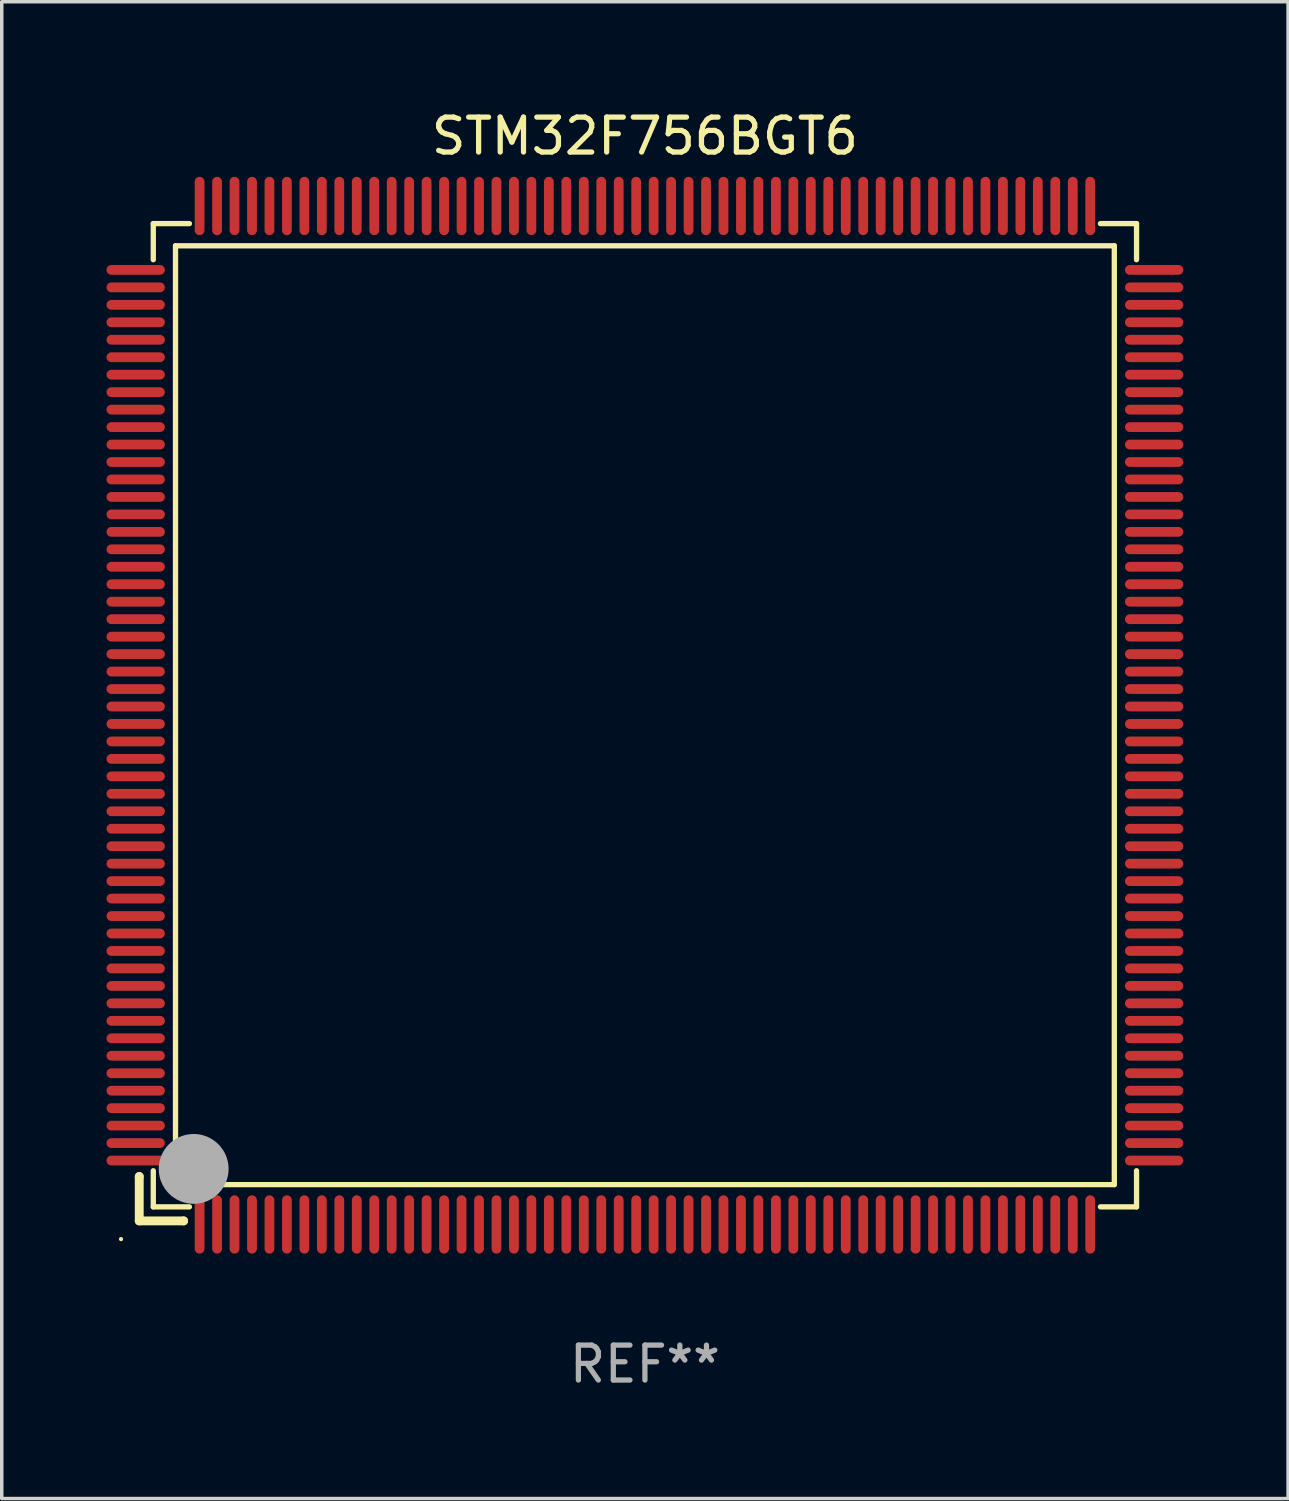
<source format=kicad_pcb>
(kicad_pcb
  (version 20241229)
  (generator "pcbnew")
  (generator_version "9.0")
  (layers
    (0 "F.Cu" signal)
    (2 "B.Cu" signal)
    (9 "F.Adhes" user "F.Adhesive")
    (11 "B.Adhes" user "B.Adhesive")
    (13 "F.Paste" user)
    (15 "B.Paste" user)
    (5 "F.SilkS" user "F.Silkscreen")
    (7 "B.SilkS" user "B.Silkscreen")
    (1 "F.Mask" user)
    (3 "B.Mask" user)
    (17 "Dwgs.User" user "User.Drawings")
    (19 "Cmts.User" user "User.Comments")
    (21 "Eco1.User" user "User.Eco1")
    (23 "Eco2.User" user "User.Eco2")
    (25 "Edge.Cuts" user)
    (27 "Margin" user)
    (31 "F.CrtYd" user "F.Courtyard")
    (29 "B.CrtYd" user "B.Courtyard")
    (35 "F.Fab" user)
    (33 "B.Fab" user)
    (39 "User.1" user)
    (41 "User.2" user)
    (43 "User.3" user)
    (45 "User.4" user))
  (footprint "STM32F756BGT6"
    (layer "F.Cu")
    (at 15.415 17.428)
    (property "Reference" "STM32F756BGT6" (at 0 -16.58 0) (layer "F.SilkS") (effects (font (size 1 1) (thickness 0.15))))
    (attr through_hole)
    (fp_line (start -14.478 13.208) (end -14.478 13.208) (stroke (width 0.254) (type solid)) (layer "F.SilkS"))
    (fp_line (start -14.478 13.208) (end -14.478 14.478) (stroke (width 0.254) (type solid)) (layer "F.SilkS"))
    (fp_line (start -14.478 14.478) (end -13.208 14.478) (stroke (width 0.254) (type solid)) (layer "F.SilkS"))
    (fp_line (start -14.076 -14.076) (end -14.076 -13.042) (stroke (width 0.152) (type solid)) (layer "F.SilkS"))
    (fp_line (start -14.076 14.076) (end -14.076 13.042) (stroke (width 0.152) (type solid)) (layer "F.SilkS"))
    (fp_line (start -13.44 -13.44) (end 13.44 -13.44) (stroke (width 0.152) (type solid)) (layer "F.SilkS"))
    (fp_line (start -13.44 13.44) (end -13.44 -13.44) (stroke (width 0.152) (type solid)) (layer "F.SilkS"))
    (fp_line (start -13.208 14.478) (end -13.208 14.478) (stroke (width 0.254) (type solid)) (layer "F.SilkS"))
    (fp_line (start -13.042 -14.076) (end -14.076 -14.076) (stroke (width 0.152) (type solid)) (layer "F.SilkS"))
    (fp_line (start -13.042 14.076) (end -14.076 14.076) (stroke (width 0.152) (type solid)) (layer "F.SilkS"))
    (fp_line (start 13.042 -14.076) (end 14.076 -14.076) (stroke (width 0.152) (type solid)) (layer "F.SilkS"))
    (fp_line (start 13.042 14.076) (end 14.076 14.076) (stroke (width 0.152) (type solid)) (layer "F.SilkS"))
    (fp_line (start 13.44 -13.44) (end 13.44 13.44) (stroke (width 0.152) (type solid)) (layer "F.SilkS"))
    (fp_line (start 13.44 13.44) (end -13.44 13.44) (stroke (width 0.152) (type solid)) (layer "F.SilkS"))
    (fp_line (start 14.076 -14.076) (end 14.076 -13.042) (stroke (width 0.152) (type solid)) (layer "F.SilkS"))
    (fp_line (start 14.076 14.076) (end 14.076 13.042) (stroke (width 0.152) (type solid)) (layer "F.SilkS"))
    (fp_circle (center -15 15) (end -14.97 15) (stroke (width 0.06) (type solid)) (fill no) (layer "F.SilkS"))
    (fp_circle (center -13.138 13.138) (end -13.063 13.138) (stroke (width 0.15) (type solid)) (fill no) (layer "F.SilkS"))
    (fp_circle (center -12.92 12.99) (end -12.42 12.99) (stroke (width 1) (type solid)) (fill no) (layer "F.Fab"))
    (fp_text user "REF**" (at 0 18.58 0) (layer "F.Fab") (effects (font (size 1 1) (thickness 0.15))))
    (pad "1" smd oval (at -12.75 14.58) (size 0.28 1.67) (layers "F.Cu" "F.Mask" "F.Paste"))
    (pad "2" smd oval (at -12.25 14.58) (size 0.28 1.67) (layers "F.Cu" "F.Mask" "F.Paste"))
    (pad "3" smd oval (at -11.75 14.58) (size 0.28 1.67) (layers "F.Cu" "F.Mask" "F.Paste"))
    (pad "4" smd oval (at -11.25 14.58) (size 0.28 1.67) (layers "F.Cu" "F.Mask" "F.Paste"))
    (pad "5" smd oval (at -10.75 14.58) (size 0.28 1.67) (layers "F.Cu" "F.Mask" "F.Paste"))
    (pad "6" smd oval (at -10.25 14.58) (size 0.28 1.67) (layers "F.Cu" "F.Mask" "F.Paste"))
    (pad "7" smd oval (at -9.75 14.58) (size 0.28 1.67) (layers "F.Cu" "F.Mask" "F.Paste"))
    (pad "8" smd oval (at -9.25 14.58) (size 0.28 1.67) (layers "F.Cu" "F.Mask" "F.Paste"))
    (pad "9" smd oval (at -8.75 14.58) (size 0.28 1.67) (layers "F.Cu" "F.Mask" "F.Paste"))
    (pad "10" smd oval (at -8.25 14.58) (size 0.28 1.67) (layers "F.Cu" "F.Mask" "F.Paste"))
    (pad "11" smd oval (at -7.75 14.58) (size 0.28 1.67) (layers "F.Cu" "F.Mask" "F.Paste"))
    (pad "12" smd oval (at -7.25 14.58) (size 0.28 1.67) (layers "F.Cu" "F.Mask" "F.Paste"))
    (pad "13" smd oval (at -6.75 14.58) (size 0.28 1.67) (layers "F.Cu" "F.Mask" "F.Paste"))
    (pad "14" smd oval (at -6.25 14.58) (size 0.28 1.67) (layers "F.Cu" "F.Mask" "F.Paste"))
    (pad "15" smd oval (at -5.75 14.58) (size 0.28 1.67) (layers "F.Cu" "F.Mask" "F.Paste"))
    (pad "16" smd oval (at -5.25 14.58) (size 0.28 1.67) (layers "F.Cu" "F.Mask" "F.Paste"))
    (pad "17" smd oval (at -4.75 14.58) (size 0.28 1.67) (layers "F.Cu" "F.Mask" "F.Paste"))
    (pad "18" smd oval (at -4.25 14.58) (size 0.28 1.67) (layers "F.Cu" "F.Mask" "F.Paste"))
    (pad "19" smd oval (at -3.75 14.58) (size 0.28 1.67) (layers "F.Cu" "F.Mask" "F.Paste"))
    (pad "20" smd oval (at -3.25 14.58) (size 0.28 1.67) (layers "F.Cu" "F.Mask" "F.Paste"))
    (pad "21" smd oval (at -2.75 14.58) (size 0.28 1.67) (layers "F.Cu" "F.Mask" "F.Paste"))
    (pad "22" smd oval (at -2.25 14.58) (size 0.28 1.67) (layers "F.Cu" "F.Mask" "F.Paste"))
    (pad "23" smd oval (at -1.75 14.58) (size 0.28 1.67) (layers "F.Cu" "F.Mask" "F.Paste"))
    (pad "24" smd oval (at -1.25 14.58) (size 0.28 1.67) (layers "F.Cu" "F.Mask" "F.Paste"))
    (pad "25" smd oval (at -0.75 14.58) (size 0.28 1.67) (layers "F.Cu" "F.Mask" "F.Paste"))
    (pad "26" smd oval (at -0.25 14.58) (size 0.28 1.67) (layers "F.Cu" "F.Mask" "F.Paste"))
    (pad "27" smd oval (at 0.25 14.58) (size 0.28 1.67) (layers "F.Cu" "F.Mask" "F.Paste"))
    (pad "28" smd oval (at 0.75 14.58) (size 0.28 1.67) (layers "F.Cu" "F.Mask" "F.Paste"))
    (pad "29" smd oval (at 1.25 14.58) (size 0.28 1.67) (layers "F.Cu" "F.Mask" "F.Paste"))
    (pad "30" smd oval (at 1.75 14.58) (size 0.28 1.67) (layers "F.Cu" "F.Mask" "F.Paste"))
    (pad "31" smd oval (at 2.25 14.58) (size 0.28 1.67) (layers "F.Cu" "F.Mask" "F.Paste"))
    (pad "32" smd oval (at 2.75 14.58) (size 0.28 1.67) (layers "F.Cu" "F.Mask" "F.Paste"))
    (pad "33" smd oval (at 3.25 14.58) (size 0.28 1.67) (layers "F.Cu" "F.Mask" "F.Paste"))
    (pad "34" smd oval (at 3.75 14.58) (size 0.28 1.67) (layers "F.Cu" "F.Mask" "F.Paste"))
    (pad "35" smd oval (at 4.25 14.58) (size 0.28 1.67) (layers "F.Cu" "F.Mask" "F.Paste"))
    (pad "36" smd oval (at 4.75 14.58) (size 0.28 1.67) (layers "F.Cu" "F.Mask" "F.Paste"))
    (pad "37" smd oval (at 5.25 14.58) (size 0.28 1.67) (layers "F.Cu" "F.Mask" "F.Paste"))
    (pad "38" smd oval (at 5.75 14.58) (size 0.28 1.67) (layers "F.Cu" "F.Mask" "F.Paste"))
    (pad "39" smd oval (at 6.25 14.58) (size 0.28 1.67) (layers "F.Cu" "F.Mask" "F.Paste"))
    (pad "40" smd oval (at 6.75 14.58) (size 0.28 1.67) (layers "F.Cu" "F.Mask" "F.Paste"))
    (pad "41" smd oval (at 7.25 14.58) (size 0.28 1.67) (layers "F.Cu" "F.Mask" "F.Paste"))
    (pad "42" smd oval (at 7.75 14.58) (size 0.28 1.67) (layers "F.Cu" "F.Mask" "F.Paste"))
    (pad "43" smd oval (at 8.25 14.58) (size 0.28 1.67) (layers "F.Cu" "F.Mask" "F.Paste"))
    (pad "44" smd oval (at 8.75 14.58) (size 0.28 1.67) (layers "F.Cu" "F.Mask" "F.Paste"))
    (pad "45" smd oval (at 9.25 14.58) (size 0.28 1.67) (layers "F.Cu" "F.Mask" "F.Paste"))
    (pad "46" smd oval (at 9.75 14.58) (size 0.28 1.67) (layers "F.Cu" "F.Mask" "F.Paste"))
    (pad "47" smd oval (at 10.25 14.58) (size 0.28 1.67) (layers "F.Cu" "F.Mask" "F.Paste"))
    (pad "48" smd oval (at 10.75 14.58) (size 0.28 1.67) (layers "F.Cu" "F.Mask" "F.Paste"))
    (pad "49" smd oval (at 11.25 14.58) (size 0.28 1.67) (layers "F.Cu" "F.Mask" "F.Paste"))
    (pad "50" smd oval (at 11.75 14.58) (size 0.28 1.67) (layers "F.Cu" "F.Mask" "F.Paste"))
    (pad "51" smd oval (at 12.25 14.58) (size 0.28 1.67) (layers "F.Cu" "F.Mask" "F.Paste"))
    (pad "52" smd oval (at 12.75 14.58) (size 0.28 1.67) (layers "F.Cu" "F.Mask" "F.Paste"))
    (pad "53" smd oval (at 14.58 12.75) (size 1.67 0.28) (layers "F.Cu" "F.Mask" "F.Paste"))
    (pad "54" smd oval (at 14.58 12.25) (size 1.67 0.28) (layers "F.Cu" "F.Mask" "F.Paste"))
    (pad "55" smd oval (at 14.58 11.75) (size 1.67 0.28) (layers "F.Cu" "F.Mask" "F.Paste"))
    (pad "56" smd oval (at 14.58 11.25) (size 1.67 0.28) (layers "F.Cu" "F.Mask" "F.Paste"))
    (pad "57" smd oval (at 14.58 10.75) (size 1.67 0.28) (layers "F.Cu" "F.Mask" "F.Paste"))
    (pad "58" smd oval (at 14.58 10.25) (size 1.67 0.28) (layers "F.Cu" "F.Mask" "F.Paste"))
    (pad "59" smd oval (at 14.58 9.75) (size 1.67 0.28) (layers "F.Cu" "F.Mask" "F.Paste"))
    (pad "60" smd oval (at 14.58 9.25) (size 1.67 0.28) (layers "F.Cu" "F.Mask" "F.Paste"))
    (pad "61" smd oval (at 14.58 8.75) (size 1.67 0.28) (layers "F.Cu" "F.Mask" "F.Paste"))
    (pad "62" smd oval (at 14.58 8.25) (size 1.67 0.28) (layers "F.Cu" "F.Mask" "F.Paste"))
    (pad "63" smd oval (at 14.58 7.75) (size 1.67 0.28) (layers "F.Cu" "F.Mask" "F.Paste"))
    (pad "64" smd oval (at 14.58 7.25) (size 1.67 0.28) (layers "F.Cu" "F.Mask" "F.Paste"))
    (pad "65" smd oval (at 14.58 6.75) (size 1.67 0.28) (layers "F.Cu" "F.Mask" "F.Paste"))
    (pad "66" smd oval (at 14.58 6.25) (size 1.67 0.28) (layers "F.Cu" "F.Mask" "F.Paste"))
    (pad "67" smd oval (at 14.58 5.75) (size 1.67 0.28) (layers "F.Cu" "F.Mask" "F.Paste"))
    (pad "68" smd oval (at 14.58 5.25) (size 1.67 0.28) (layers "F.Cu" "F.Mask" "F.Paste"))
    (pad "69" smd oval (at 14.58 4.75) (size 1.67 0.28) (layers "F.Cu" "F.Mask" "F.Paste"))
    (pad "70" smd oval (at 14.58 4.25) (size 1.67 0.28) (layers "F.Cu" "F.Mask" "F.Paste"))
    (pad "71" smd oval (at 14.58 3.75) (size 1.67 0.28) (layers "F.Cu" "F.Mask" "F.Paste"))
    (pad "72" smd oval (at 14.58 3.25) (size 1.67 0.28) (layers "F.Cu" "F.Mask" "F.Paste"))
    (pad "73" smd oval (at 14.58 2.75) (size 1.67 0.28) (layers "F.Cu" "F.Mask" "F.Paste"))
    (pad "74" smd oval (at 14.58 2.25) (size 1.67 0.28) (layers "F.Cu" "F.Mask" "F.Paste"))
    (pad "75" smd oval (at 14.58 1.75) (size 1.67 0.28) (layers "F.Cu" "F.Mask" "F.Paste"))
    (pad "76" smd oval (at 14.58 1.25) (size 1.67 0.28) (layers "F.Cu" "F.Mask" "F.Paste"))
    (pad "77" smd oval (at 14.58 0.75) (size 1.67 0.28) (layers "F.Cu" "F.Mask" "F.Paste"))
    (pad "78" smd oval (at 14.58 0.25) (size 1.67 0.28) (layers "F.Cu" "F.Mask" "F.Paste"))
    (pad "79" smd oval (at 14.58 -0.25) (size 1.67 0.28) (layers "F.Cu" "F.Mask" "F.Paste"))
    (pad "80" smd oval (at 14.58 -0.75) (size 1.67 0.28) (layers "F.Cu" "F.Mask" "F.Paste"))
    (pad "81" smd oval (at 14.58 -1.25) (size 1.67 0.28) (layers "F.Cu" "F.Mask" "F.Paste"))
    (pad "82" smd oval (at 14.58 -1.75) (size 1.67 0.28) (layers "F.Cu" "F.Mask" "F.Paste"))
    (pad "83" smd oval (at 14.58 -2.25) (size 1.67 0.28) (layers "F.Cu" "F.Mask" "F.Paste"))
    (pad "84" smd oval (at 14.58 -2.75) (size 1.67 0.28) (layers "F.Cu" "F.Mask" "F.Paste"))
    (pad "85" smd oval (at 14.58 -3.25) (size 1.67 0.28) (layers "F.Cu" "F.Mask" "F.Paste"))
    (pad "86" smd oval (at 14.58 -3.75) (size 1.67 0.28) (layers "F.Cu" "F.Mask" "F.Paste"))
    (pad "87" smd oval (at 14.58 -4.25) (size 1.67 0.28) (layers "F.Cu" "F.Mask" "F.Paste"))
    (pad "88" smd oval (at 14.58 -4.75) (size 1.67 0.28) (layers "F.Cu" "F.Mask" "F.Paste"))
    (pad "89" smd oval (at 14.58 -5.25) (size 1.67 0.28) (layers "F.Cu" "F.Mask" "F.Paste"))
    (pad "90" smd oval (at 14.58 -5.75) (size 1.67 0.28) (layers "F.Cu" "F.Mask" "F.Paste"))
    (pad "91" smd oval (at 14.58 -6.25) (size 1.67 0.28) (layers "F.Cu" "F.Mask" "F.Paste"))
    (pad "92" smd oval (at 14.58 -6.75) (size 1.67 0.28) (layers "F.Cu" "F.Mask" "F.Paste"))
    (pad "93" smd oval (at 14.58 -7.25) (size 1.67 0.28) (layers "F.Cu" "F.Mask" "F.Paste"))
    (pad "94" smd oval (at 14.58 -7.75) (size 1.67 0.28) (layers "F.Cu" "F.Mask" "F.Paste"))
    (pad "95" smd oval (at 14.58 -8.25) (size 1.67 0.28) (layers "F.Cu" "F.Mask" "F.Paste"))
    (pad "96" smd oval (at 14.58 -8.75) (size 1.67 0.28) (layers "F.Cu" "F.Mask" "F.Paste"))
    (pad "97" smd oval (at 14.58 -9.25) (size 1.67 0.28) (layers "F.Cu" "F.Mask" "F.Paste"))
    (pad "98" smd oval (at 14.58 -9.75) (size 1.67 0.28) (layers "F.Cu" "F.Mask" "F.Paste"))
    (pad "99" smd oval (at 14.58 -10.25) (size 1.67 0.28) (layers "F.Cu" "F.Mask" "F.Paste"))
    (pad "100" smd oval (at 14.58 -10.75) (size 1.67 0.28) (layers "F.Cu" "F.Mask" "F.Paste"))
    (pad "101" smd oval (at 14.58 -11.25) (size 1.67 0.28) (layers "F.Cu" "F.Mask" "F.Paste"))
    (pad "102" smd oval (at 14.58 -11.75) (size 1.67 0.28) (layers "F.Cu" "F.Mask" "F.Paste"))
    (pad "103" smd oval (at 14.58 -12.25) (size 1.67 0.28) (layers "F.Cu" "F.Mask" "F.Paste"))
    (pad "104" smd oval (at 14.58 -12.75) (size 1.67 0.28) (layers "F.Cu" "F.Mask" "F.Paste"))
    (pad "105" smd oval (at 12.75 -14.58) (size 0.28 1.67) (layers "F.Cu" "F.Mask" "F.Paste"))
    (pad "106" smd oval (at 12.25 -14.58) (size 0.28 1.67) (layers "F.Cu" "F.Mask" "F.Paste"))
    (pad "107" smd oval (at 11.75 -14.58) (size 0.28 1.67) (layers "F.Cu" "F.Mask" "F.Paste"))
    (pad "108" smd oval (at 11.25 -14.58) (size 0.28 1.67) (layers "F.Cu" "F.Mask" "F.Paste"))
    (pad "109" smd oval (at 10.75 -14.58) (size 0.28 1.67) (layers "F.Cu" "F.Mask" "F.Paste"))
    (pad "110" smd oval (at 10.25 -14.58) (size 0.28 1.67) (layers "F.Cu" "F.Mask" "F.Paste"))
    (pad "111" smd oval (at 9.75 -14.58) (size 0.28 1.67) (layers "F.Cu" "F.Mask" "F.Paste"))
    (pad "112" smd oval (at 9.25 -14.58) (size 0.28 1.67) (layers "F.Cu" "F.Mask" "F.Paste"))
    (pad "113" smd oval (at 8.75 -14.58) (size 0.28 1.67) (layers "F.Cu" "F.Mask" "F.Paste"))
    (pad "114" smd oval (at 8.25 -14.58) (size 0.28 1.67) (layers "F.Cu" "F.Mask" "F.Paste"))
    (pad "115" smd oval (at 7.75 -14.58) (size 0.28 1.67) (layers "F.Cu" "F.Mask" "F.Paste"))
    (pad "116" smd oval (at 7.25 -14.58) (size 0.28 1.67) (layers "F.Cu" "F.Mask" "F.Paste"))
    (pad "117" smd oval (at 6.75 -14.58) (size 0.28 1.67) (layers "F.Cu" "F.Mask" "F.Paste"))
    (pad "118" smd oval (at 6.25 -14.58) (size 0.28 1.67) (layers "F.Cu" "F.Mask" "F.Paste"))
    (pad "119" smd oval (at 5.75 -14.58) (size 0.28 1.67) (layers "F.Cu" "F.Mask" "F.Paste"))
    (pad "120" smd oval (at 5.25 -14.58) (size 0.28 1.67) (layers "F.Cu" "F.Mask" "F.Paste"))
    (pad "121" smd oval (at 4.75 -14.58) (size 0.28 1.67) (layers "F.Cu" "F.Mask" "F.Paste"))
    (pad "122" smd oval (at 4.25 -14.58) (size 0.28 1.67) (layers "F.Cu" "F.Mask" "F.Paste"))
    (pad "123" smd oval (at 3.75 -14.58) (size 0.28 1.67) (layers "F.Cu" "F.Mask" "F.Paste"))
    (pad "124" smd oval (at 3.25 -14.58) (size 0.28 1.67) (layers "F.Cu" "F.Mask" "F.Paste"))
    (pad "125" smd oval (at 2.75 -14.58) (size 0.28 1.67) (layers "F.Cu" "F.Mask" "F.Paste"))
    (pad "126" smd oval (at 2.25 -14.58) (size 0.28 1.67) (layers "F.Cu" "F.Mask" "F.Paste"))
    (pad "127" smd oval (at 1.75 -14.58) (size 0.28 1.67) (layers "F.Cu" "F.Mask" "F.Paste"))
    (pad "128" smd oval (at 1.25 -14.58) (size 0.28 1.67) (layers "F.Cu" "F.Mask" "F.Paste"))
    (pad "129" smd oval (at 0.75 -14.58) (size 0.28 1.67) (layers "F.Cu" "F.Mask" "F.Paste"))
    (pad "130" smd oval (at 0.25 -14.58) (size 0.28 1.67) (layers "F.Cu" "F.Mask" "F.Paste"))
    (pad "131" smd oval (at -0.25 -14.58) (size 0.28 1.67) (layers "F.Cu" "F.Mask" "F.Paste"))
    (pad "132" smd oval (at -0.75 -14.58) (size 0.28 1.67) (layers "F.Cu" "F.Mask" "F.Paste"))
    (pad "133" smd oval (at -1.25 -14.58) (size 0.28 1.67) (layers "F.Cu" "F.Mask" "F.Paste"))
    (pad "134" smd oval (at -1.75 -14.58) (size 0.28 1.67) (layers "F.Cu" "F.Mask" "F.Paste"))
    (pad "135" smd oval (at -2.25 -14.58) (size 0.28 1.67) (layers "F.Cu" "F.Mask" "F.Paste"))
    (pad "136" smd oval (at -2.75 -14.58) (size 0.28 1.67) (layers "F.Cu" "F.Mask" "F.Paste"))
    (pad "137" smd oval (at -3.25 -14.58) (size 0.28 1.67) (layers "F.Cu" "F.Mask" "F.Paste"))
    (pad "138" smd oval (at -3.75 -14.58) (size 0.28 1.67) (layers "F.Cu" "F.Mask" "F.Paste"))
    (pad "139" smd oval (at -4.25 -14.58) (size 0.28 1.67) (layers "F.Cu" "F.Mask" "F.Paste"))
    (pad "140" smd oval (at -4.75 -14.58) (size 0.28 1.67) (layers "F.Cu" "F.Mask" "F.Paste"))
    (pad "141" smd oval (at -5.25 -14.58) (size 0.28 1.67) (layers "F.Cu" "F.Mask" "F.Paste"))
    (pad "142" smd oval (at -5.75 -14.58) (size 0.28 1.67) (layers "F.Cu" "F.Mask" "F.Paste"))
    (pad "143" smd oval (at -6.25 -14.58) (size 0.28 1.67) (layers "F.Cu" "F.Mask" "F.Paste"))
    (pad "144" smd oval (at -6.75 -14.58) (size 0.28 1.67) (layers "F.Cu" "F.Mask" "F.Paste"))
    (pad "145" smd oval (at -7.25 -14.58) (size 0.28 1.67) (layers "F.Cu" "F.Mask" "F.Paste"))
    (pad "146" smd oval (at -7.75 -14.58) (size 0.28 1.67) (layers "F.Cu" "F.Mask" "F.Paste"))
    (pad "147" smd oval (at -8.25 -14.58) (size 0.28 1.67) (layers "F.Cu" "F.Mask" "F.Paste"))
    (pad "148" smd oval (at -8.75 -14.58) (size 0.28 1.67) (layers "F.Cu" "F.Mask" "F.Paste"))
    (pad "149" smd oval (at -9.25 -14.58) (size 0.28 1.67) (layers "F.Cu" "F.Mask" "F.Paste"))
    (pad "150" smd oval (at -9.75 -14.58) (size 0.28 1.67) (layers "F.Cu" "F.Mask" "F.Paste"))
    (pad "151" smd oval (at -10.25 -14.58) (size 0.28 1.67) (layers "F.Cu" "F.Mask" "F.Paste"))
    (pad "152" smd oval (at -10.75 -14.58) (size 0.28 1.67) (layers "F.Cu" "F.Mask" "F.Paste"))
    (pad "153" smd oval (at -11.25 -14.58) (size 0.28 1.67) (layers "F.Cu" "F.Mask" "F.Paste"))
    (pad "154" smd oval (at -11.75 -14.58) (size 0.28 1.67) (layers "F.Cu" "F.Mask" "F.Paste"))
    (pad "155" smd oval (at -12.25 -14.58) (size 0.28 1.67) (layers "F.Cu" "F.Mask" "F.Paste"))
    (pad "156" smd oval (at -12.75 -14.58) (size 0.28 1.67) (layers "F.Cu" "F.Mask" "F.Paste"))
    (pad "157" smd oval (at -14.58 -12.75) (size 1.67 0.28) (layers "F.Cu" "F.Mask" "F.Paste"))
    (pad "158" smd oval (at -14.58 -12.25) (size 1.67 0.28) (layers "F.Cu" "F.Mask" "F.Paste"))
    (pad "159" smd oval (at -14.58 -11.75) (size 1.67 0.28) (layers "F.Cu" "F.Mask" "F.Paste"))
    (pad "160" smd oval (at -14.58 -11.25) (size 1.67 0.28) (layers "F.Cu" "F.Mask" "F.Paste"))
    (pad "161" smd oval (at -14.58 -10.75) (size 1.67 0.28) (layers "F.Cu" "F.Mask" "F.Paste"))
    (pad "162" smd oval (at -14.58 -10.25) (size 1.67 0.28) (layers "F.Cu" "F.Mask" "F.Paste"))
    (pad "163" smd oval (at -14.58 -9.75) (size 1.67 0.28) (layers "F.Cu" "F.Mask" "F.Paste"))
    (pad "164" smd oval (at -14.58 -9.25) (size 1.67 0.28) (layers "F.Cu" "F.Mask" "F.Paste"))
    (pad "165" smd oval (at -14.58 -8.75) (size 1.67 0.28) (layers "F.Cu" "F.Mask" "F.Paste"))
    (pad "166" smd oval (at -14.58 -8.25) (size 1.67 0.28) (layers "F.Cu" "F.Mask" "F.Paste"))
    (pad "167" smd oval (at -14.58 -7.75) (size 1.67 0.28) (layers "F.Cu" "F.Mask" "F.Paste"))
    (pad "168" smd oval (at -14.58 -7.25) (size 1.67 0.28) (layers "F.Cu" "F.Mask" "F.Paste"))
    (pad "169" smd oval (at -14.58 -6.75) (size 1.67 0.28) (layers "F.Cu" "F.Mask" "F.Paste"))
    (pad "170" smd oval (at -14.58 -6.25) (size 1.67 0.28) (layers "F.Cu" "F.Mask" "F.Paste"))
    (pad "171" smd oval (at -14.58 -5.75) (size 1.67 0.28) (layers "F.Cu" "F.Mask" "F.Paste"))
    (pad "172" smd oval (at -14.58 -5.25) (size 1.67 0.28) (layers "F.Cu" "F.Mask" "F.Paste"))
    (pad "173" smd oval (at -14.58 -4.75) (size 1.67 0.28) (layers "F.Cu" "F.Mask" "F.Paste"))
    (pad "174" smd oval (at -14.58 -4.25) (size 1.67 0.28) (layers "F.Cu" "F.Mask" "F.Paste"))
    (pad "175" smd oval (at -14.58 -3.75) (size 1.67 0.28) (layers "F.Cu" "F.Mask" "F.Paste"))
    (pad "176" smd oval (at -14.58 -3.25) (size 1.67 0.28) (layers "F.Cu" "F.Mask" "F.Paste"))
    (pad "177" smd oval (at -14.58 -2.75) (size 1.67 0.28) (layers "F.Cu" "F.Mask" "F.Paste"))
    (pad "178" smd oval (at -14.58 -2.25) (size 1.67 0.28) (layers "F.Cu" "F.Mask" "F.Paste"))
    (pad "179" smd oval (at -14.58 -1.75) (size 1.67 0.28) (layers "F.Cu" "F.Mask" "F.Paste"))
    (pad "180" smd oval (at -14.58 -1.25) (size 1.67 0.28) (layers "F.Cu" "F.Mask" "F.Paste"))
    (pad "181" smd oval (at -14.58 -0.75) (size 1.67 0.28) (layers "F.Cu" "F.Mask" "F.Paste"))
    (pad "182" smd oval (at -14.58 -0.25) (size 1.67 0.28) (layers "F.Cu" "F.Mask" "F.Paste"))
    (pad "183" smd oval (at -14.58 0.25) (size 1.67 0.28) (layers "F.Cu" "F.Mask" "F.Paste"))
    (pad "184" smd oval (at -14.58 0.75) (size 1.67 0.28) (layers "F.Cu" "F.Mask" "F.Paste"))
    (pad "185" smd oval (at -14.58 1.25) (size 1.67 0.28) (layers "F.Cu" "F.Mask" "F.Paste"))
    (pad "186" smd oval (at -14.58 1.75) (size 1.67 0.28) (layers "F.Cu" "F.Mask" "F.Paste"))
    (pad "187" smd oval (at -14.58 2.25) (size 1.67 0.28) (layers "F.Cu" "F.Mask" "F.Paste"))
    (pad "188" smd oval (at -14.58 2.75) (size 1.67 0.28) (layers "F.Cu" "F.Mask" "F.Paste"))
    (pad "189" smd oval (at -14.58 3.25) (size 1.67 0.28) (layers "F.Cu" "F.Mask" "F.Paste"))
    (pad "190" smd oval (at -14.58 3.75) (size 1.67 0.28) (layers "F.Cu" "F.Mask" "F.Paste"))
    (pad "191" smd oval (at -14.58 4.25) (size 1.67 0.28) (layers "F.Cu" "F.Mask" "F.Paste"))
    (pad "192" smd oval (at -14.58 4.75) (size 1.67 0.28) (layers "F.Cu" "F.Mask" "F.Paste"))
    (pad "193" smd oval (at -14.58 5.25) (size 1.67 0.28) (layers "F.Cu" "F.Mask" "F.Paste"))
    (pad "194" smd oval (at -14.58 5.75) (size 1.67 0.28) (layers "F.Cu" "F.Mask" "F.Paste"))
    (pad "195" smd oval (at -14.58 6.25) (size 1.67 0.28) (layers "F.Cu" "F.Mask" "F.Paste"))
    (pad "196" smd oval (at -14.58 6.75) (size 1.67 0.28) (layers "F.Cu" "F.Mask" "F.Paste"))
    (pad "197" smd oval (at -14.58 7.25) (size 1.67 0.28) (layers "F.Cu" "F.Mask" "F.Paste"))
    (pad "198" smd oval (at -14.58 7.75) (size 1.67 0.28) (layers "F.Cu" "F.Mask" "F.Paste"))
    (pad "199" smd oval (at -14.58 8.25) (size 1.67 0.28) (layers "F.Cu" "F.Mask" "F.Paste"))
    (pad "200" smd oval (at -14.58 8.75) (size 1.67 0.28) (layers "F.Cu" "F.Mask" "F.Paste"))
    (pad "201" smd oval (at -14.58 9.25) (size 1.67 0.28) (layers "F.Cu" "F.Mask" "F.Paste"))
    (pad "202" smd oval (at -14.58 9.75) (size 1.67 0.28) (layers "F.Cu" "F.Mask" "F.Paste"))
    (pad "203" smd oval (at -14.58 10.25) (size 1.67 0.28) (layers "F.Cu" "F.Mask" "F.Paste"))
    (pad "204" smd oval (at -14.58 10.75) (size 1.67 0.28) (layers "F.Cu" "F.Mask" "F.Paste"))
    (pad "205" smd oval (at -14.58 11.25) (size 1.67 0.28) (layers "F.Cu" "F.Mask" "F.Paste"))
    (pad "206" smd oval (at -14.58 11.75) (size 1.67 0.28) (layers "F.Cu" "F.Mask" "F.Paste"))
    (pad "207" smd oval (at -14.58 12.25) (size 1.67 0.28) (layers "F.Cu" "F.Mask" "F.Paste"))
    (pad "208" smd oval (at -14.58 12.75) (size 1.67 0.28) (layers "F.Cu" "F.Mask" "F.Paste")))
  (gr_rect
    (start -3 -3)
    (end 33.83 39.856)
    (stroke (width 0.1) (type default))
    (fill no)
    (layer "Edge.Cuts")))
</source>
